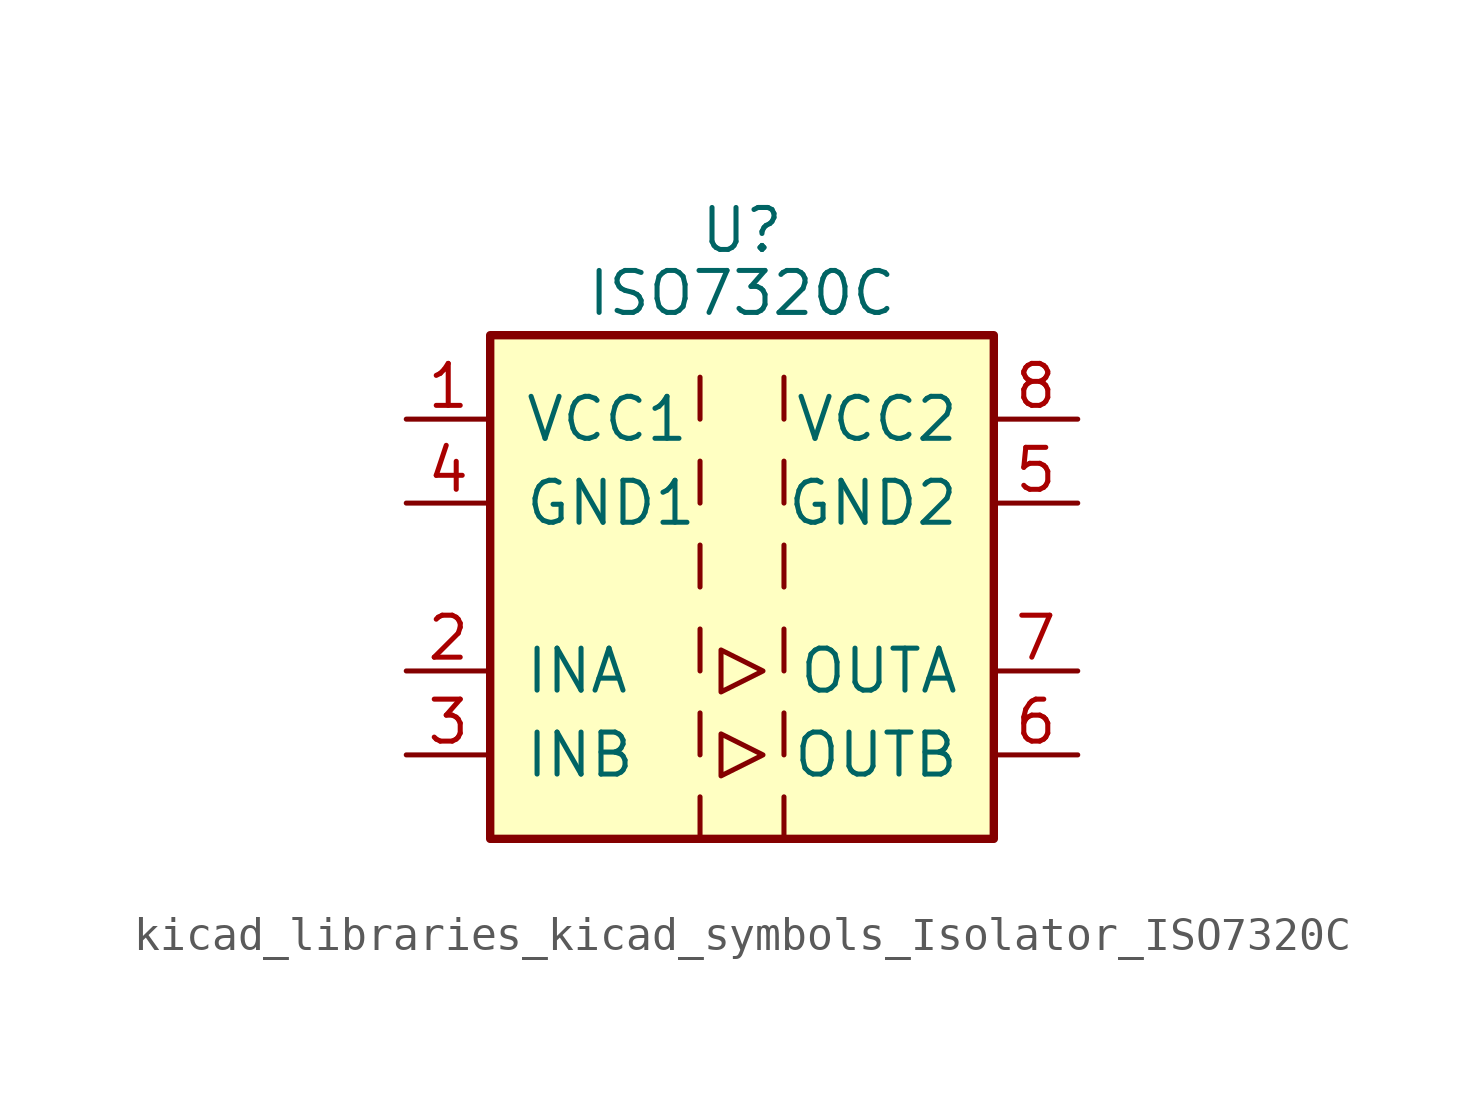
<source format=kicad_sym>
(kicad_symbol_lib
  (version 20220914)
  (generator kicad_symbol_editor)
  (symbol "kicad_libraries_kicad_symbols_Isolator_ISO7320C"
    (pin_names
      (offset 1.016))
    (property "Reference" "U"
      (at 0 10.795 0)
      (effects (font (size 1.27 1.27))))
    (property "Value" "ISO7320C"
      (at 0 8.89 0)
      (effects (font (size 1.27 1.27))))
    (symbol "kicad_libraries_kicad_symbols_Isolator_ISO7320C_0_1"
      (rectangle (start -7.62 7.62) (end 7.62 -7.62) (stroke (width 0.254) (type default)) (fill (type background)))
      (polyline (pts (xy -1.27 -6.35) (xy -1.27 -7.62)) (stroke (width 0) (type default)) (fill (type none)))
      (polyline (pts (xy -1.27 -3.81) (xy -1.27 -5.08)) (stroke (width 0) (type default)) (fill (type none)))
      (polyline (pts (xy -1.27 -1.27) (xy -1.27 -2.54)) (stroke (width 0) (type default)) (fill (type none)))
      (polyline (pts (xy -1.27 1.27) (xy -1.27 0)) (stroke (width 0) (type default)) (fill (type none)))
      (polyline (pts (xy -1.27 3.81) (xy -1.27 2.54)) (stroke (width 0) (type default)) (fill (type none)))
      (polyline (pts (xy -1.27 6.35) (xy -1.27 5.08)) (stroke (width 0) (type default)) (fill (type none)))
      (polyline (pts (xy 1.27 -6.35) (xy 1.27 -7.62)) (stroke (width 0) (type default)) (fill (type none)))
      (polyline (pts (xy 1.27 -3.81) (xy 1.27 -5.08)) (stroke (width 0) (type default)) (fill (type none)))
      (polyline (pts (xy 1.27 -1.27) (xy 1.27 -2.54)) (stroke (width 0) (type default)) (fill (type none)))
      (polyline (pts (xy 1.27 1.27) (xy 1.27 0)) (stroke (width 0) (type default)) (fill (type none)))
      (polyline (pts (xy 1.27 3.81) (xy 1.27 2.54)) (stroke (width 0) (type default)) (fill (type none)))
      (polyline (pts (xy 1.27 6.35) (xy 1.27 5.08)) (stroke (width 0) (type default)) (fill (type none)))
      (polyline (pts (xy -0.635 -4.445) (xy -0.635 -5.715) (xy 0.635 -5.08) (xy -0.635 -4.445)) (stroke (width 0) (type default)) (fill (type none)))
      (polyline (pts (xy -0.635 -1.905) (xy -0.635 -3.175) (xy 0.635 -2.54) (xy -0.635 -1.905)) (stroke (width 0) (type default)) (fill (type none))))
    (symbol "kicad_libraries_kicad_symbols_Isolator_ISO7320C_1_1"
      (pin power_in line (at -10.16 5.08 0) (length 2.54) (name "VCC1" (effects (font (size 1.27 1.27)))) (number "1" (effects (font (size 1.27 1.27)))))
      (pin input line (at -10.16 -2.54 0) (length 2.54) (name "INA" (effects (font (size 1.27 1.27)))) (number "2" (effects (font (size 1.27 1.27)))))
      (pin input line (at -10.16 -5.08 0) (length 2.54) (name "INB" (effects (font (size 1.27 1.27)))) (number "3" (effects (font (size 1.27 1.27)))))
      (pin power_in line (at -10.16 2.54 0) (length 2.54) (name "GND1" (effects (font (size 1.27 1.27)))) (number "4" (effects (font (size 1.27 1.27)))))
      (pin power_in line (at 10.16 2.54 180) (length 2.54) (name "GND2" (effects (font (size 1.27 1.27)))) (number "5" (effects (font (size 1.27 1.27)))))
      (pin output line (at 10.16 -5.08 180) (length 2.54) (name "OUTB" (effects (font (size 1.27 1.27)))) (number "6" (effects (font (size 1.27 1.27)))))
      (pin output line (at 10.16 -2.54 180) (length 2.54) (name "OUTA" (effects (font (size 1.27 1.27)))) (number "7" (effects (font (size 1.27 1.27)))))
      (pin power_in line (at 10.16 5.08 180) (length 2.54) (name "VCC2" (effects (font (size 1.27 1.27)))) (number "8" (effects (font (size 1.27 1.27))))))))
</source>
